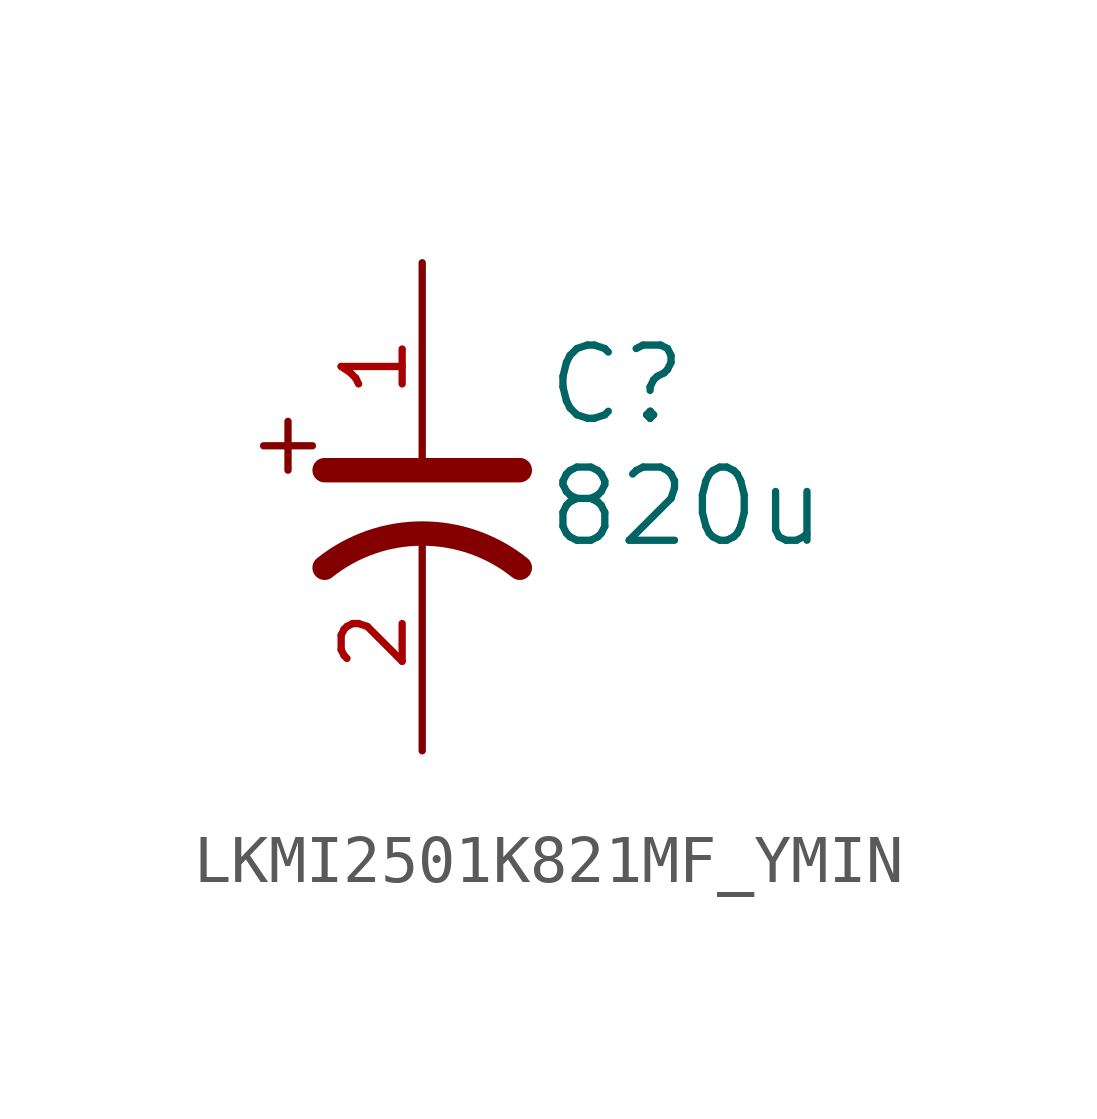
<source format=kicad_sym>
(kicad_symbol_lib
  (version 20241209)
  (generator "kicad_symbol_editor")
  (generator_version "9.0")
  (symbol "LKMI2501K821MF_YMIN"
    (pin_names
      (offset 0.254))
    (property "Reference" "C"
      (at 2.54 2.54 0)
      (effects (font (size 1.524 1.524)) (justify left)))
    (property "Value" "820u"
      (at 2.54 0 0)
      (effects (font (size 1.524 1.524)) (justify left)))
    (symbol "LKMI2501K821MF_YMIN_0_1"
      (polyline (pts (xy -3.302 1.27) (xy -2.286 1.27)) (stroke (width 0) (type default)) (fill (type none)))
      (polyline (pts (xy -2.794 0.762) (xy -2.794 1.778)) (stroke (width 0) (type default)) (fill (type none)))
      (polyline (pts (xy -2.032 0.762) (xy 2.032 0.762)) (stroke (width 0.508) (type default)) (fill (type none)))
      (arc (start -2.032 -1.27) (mid 0 -0.5572) (end 2.032 -1.27) (stroke (width 0.508) (type default)) (fill (type none))))
    (symbol "LKMI2501K821MF_YMIN_1_1"
      (pin passive line (at 0 5.08 270) (length 4.318) (name "~" (effects (font (size 1.27 1.27)))) (number "1" (effects (font (size 1.27 1.27)))))
      (pin passive line (at 0 -5.08 90) (length 4.572) (name "~" (effects (font (size 1.27 1.27)))) (number "2" (effects (font (size 1.27 1.27))))))))
</source>
